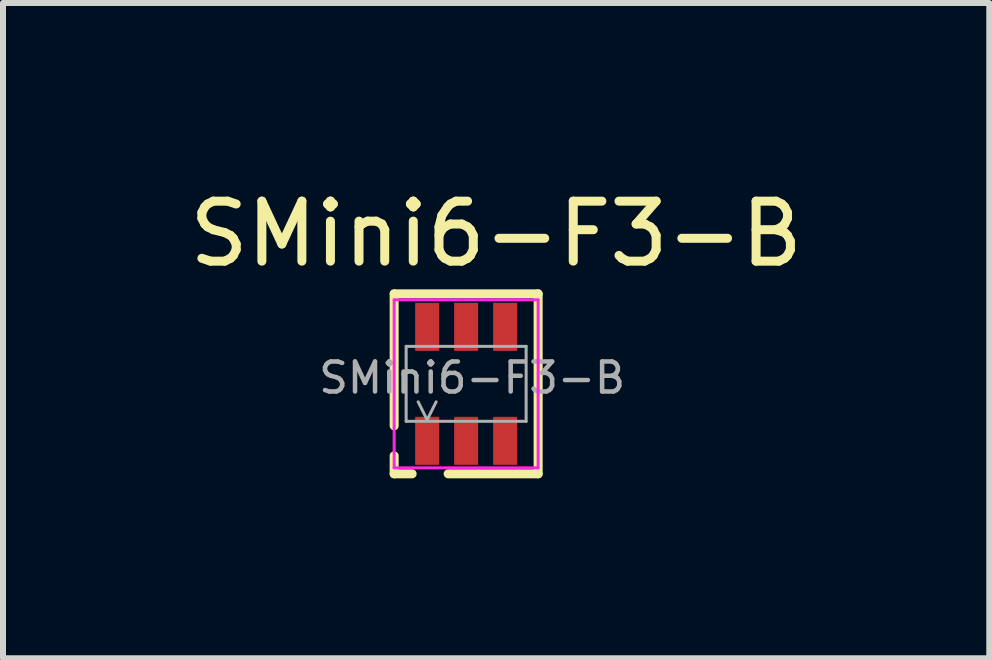
<source format=kicad_pcb>
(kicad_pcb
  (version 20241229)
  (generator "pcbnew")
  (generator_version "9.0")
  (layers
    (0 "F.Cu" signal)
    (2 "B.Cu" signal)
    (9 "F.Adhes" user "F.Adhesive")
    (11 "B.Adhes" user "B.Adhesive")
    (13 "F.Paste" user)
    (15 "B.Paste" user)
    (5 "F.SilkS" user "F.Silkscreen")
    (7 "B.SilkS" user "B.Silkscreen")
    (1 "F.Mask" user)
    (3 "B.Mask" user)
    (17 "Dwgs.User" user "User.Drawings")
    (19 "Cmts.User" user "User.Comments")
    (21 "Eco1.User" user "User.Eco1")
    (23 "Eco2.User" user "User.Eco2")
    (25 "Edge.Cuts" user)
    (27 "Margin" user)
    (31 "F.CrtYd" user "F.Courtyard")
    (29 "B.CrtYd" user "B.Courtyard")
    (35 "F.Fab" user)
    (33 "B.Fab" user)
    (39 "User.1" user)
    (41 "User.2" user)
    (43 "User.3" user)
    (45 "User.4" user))
  (footprint "SMini6-F3-B"
    (layer "F.Cu")
    (at 4.72 3.348)
    (property "Reference" "SMini6-F3-B" (at 0.5 -2.5 0) (layer "F.SilkS") (effects (font (size 1 1) (thickness 0.15))))
    (attr smd)
    (fp_line (start -1.2 0.7) (end -1.2 -1.5) (stroke (width 0.15) (type solid)) (layer "F.SilkS"))
    (fp_line (start -1.2 1.5) (end -1.2 1.2) (stroke (width 0.15) (type solid)) (layer "F.SilkS"))
    (fp_line (start -0.9 1.5) (end -1.2 1.5) (stroke (width 0.15) (type solid)) (layer "F.SilkS"))
    (fp_line (start 1.2 -1.5) (end -1.2 -1.5) (stroke (width 0.15) (type solid)) (layer "F.SilkS"))
    (fp_line (start 1.2 1.5) (end -0.3 1.5) (stroke (width 0.15) (type solid)) (layer "F.SilkS"))
    (fp_line (start 1.2 1.5) (end 1.2 -1.5) (stroke (width 0.15) (type solid)) (layer "F.SilkS"))
    (fp_line (start -1.2 -1.4) (end 1.2 -1.4) (stroke (width 0.05) (type solid)) (layer "F.CrtYd"))
    (fp_line (start -1.2 1.4) (end -1.2 -1.4) (stroke (width 0.05) (type solid)) (layer "F.CrtYd"))
    (fp_line (start 1.2 -1.4) (end 1.2 1.4) (stroke (width 0.05) (type solid)) (layer "F.CrtYd"))
    (fp_line (start 1.2 1.4) (end -1.2 1.4) (stroke (width 0.05) (type solid)) (layer "F.CrtYd"))
    (fp_line (start -1 -0.625) (end 1 -0.625) (stroke (width 0.05) (type solid)) (layer "F.Fab"))
    (fp_line (start -1 0.625) (end -1 -0.625) (stroke (width 0.05) (type solid)) (layer "F.Fab"))
    (fp_line (start -0.8 0.3) (end -0.65 0.6) (stroke (width 0.05) (type solid)) (layer "F.Fab"))
    (fp_line (start -0.65 0.6) (end -0.5 0.3) (stroke (width 0.05) (type solid)) (layer "F.Fab"))
    (fp_line (start 1 -0.625) (end 1 0.625) (stroke (width 0.05) (type solid)) (layer "F.Fab"))
    (fp_line (start 1 0.625) (end -1 0.625) (stroke (width 0.05) (type solid)) (layer "F.Fab"))
    (fp_text user "${REFERENCE}" (at 0.1 -0.1 0) (layer "F.Fab") (effects (font (size 0.5 0.5) (thickness 0.075))))
    (pad "1" smd rect (at -0.65 0.95) (size 0.4 0.8) (layers "F.Cu" "F.Mask" "F.Paste"))
    (pad "2" smd rect (at 0 0.95) (size 0.4 0.8) (layers "F.Cu" "F.Mask" "F.Paste"))
    (pad "3" smd rect (at 0.65 0.95) (size 0.4 0.8) (layers "F.Cu" "F.Mask" "F.Paste"))
    (pad "4" smd rect (at 0.65 -0.95) (size 0.4 0.8) (layers "F.Cu" "F.Mask" "F.Paste"))
    (pad "5" smd rect (at 0 -0.95) (size 0.4 0.8) (layers "F.Cu" "F.Mask" "F.Paste"))
    (pad "6" smd rect (at -0.65 -0.95) (size 0.4 0.8) (layers "F.Cu" "F.Mask" "F.Paste")))
  (gr_rect
    (start -3 -3)
    (end 13.44 7.923)
    (stroke (width 0.1) (type default))
    (fill no)
    (layer "Edge.Cuts")))
</source>
